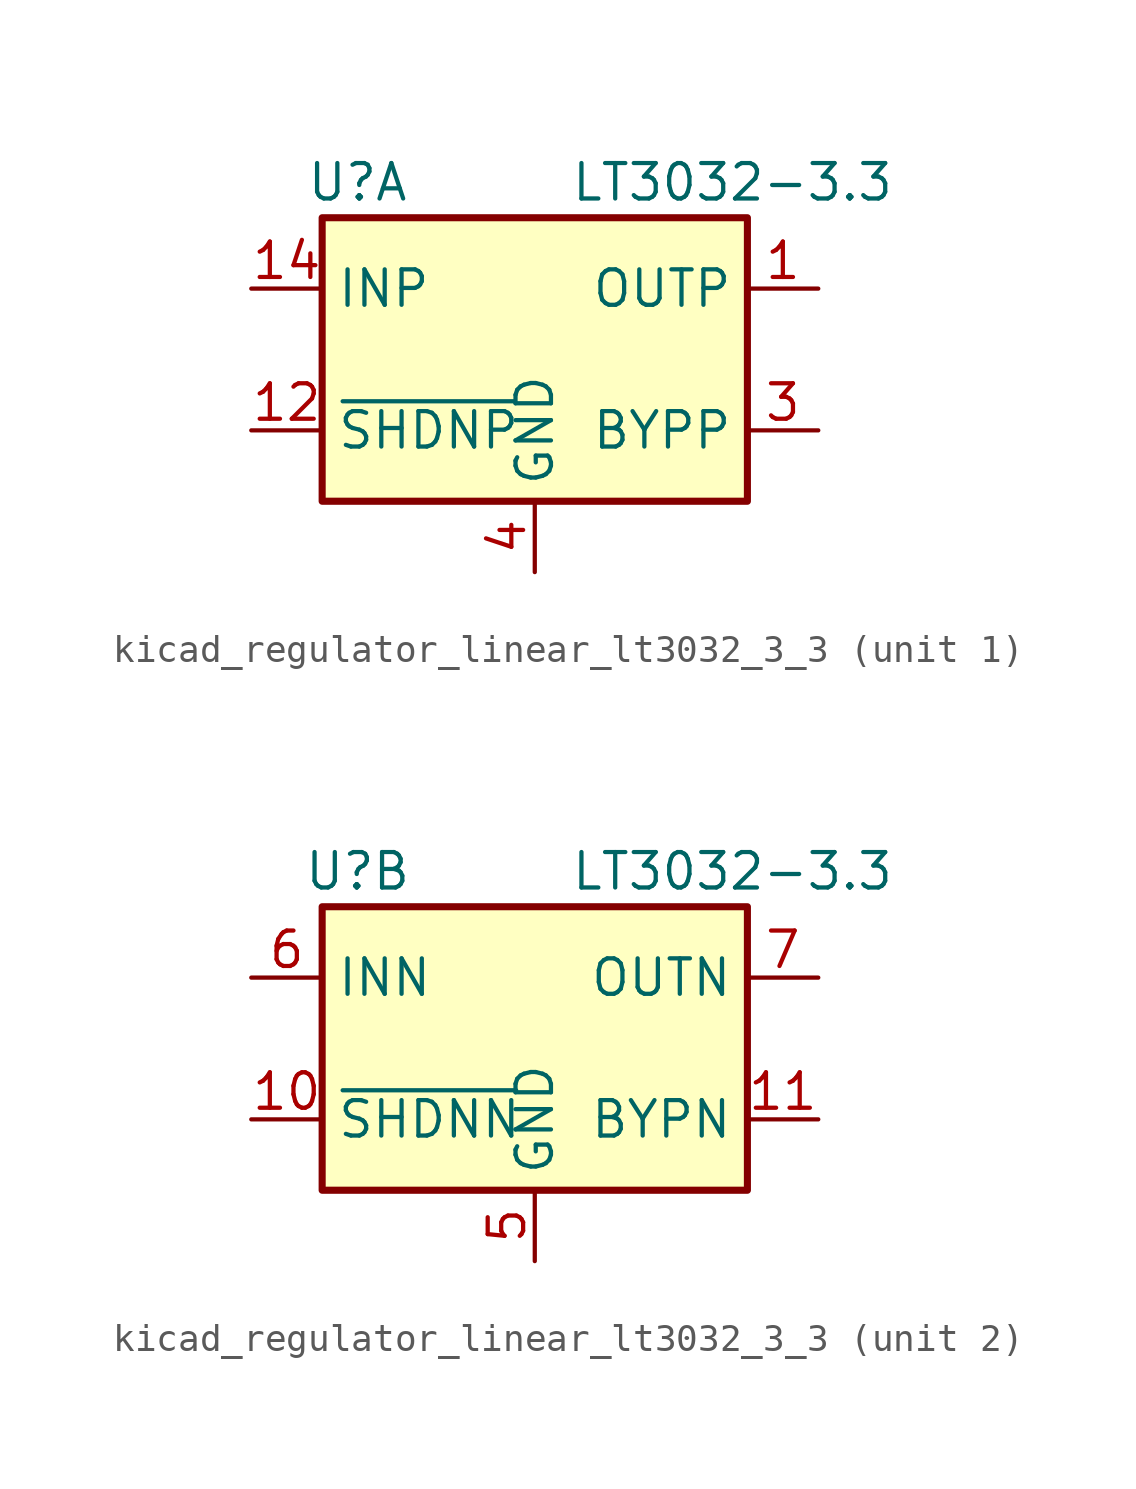
<source format=kicad_sym>
(kicad_symbol_lib
  (version 20220914)
  (generator kicad_symbol_editor)
  (symbol "kicad_regulator_linear_lt3032_3_3"
    (property "Reference" "U"
      (at -6.35 6.35 0)
      (effects (font (size 1.27 1.27))))
    (property "Value" "LT3032-3.3"
      (at 1.27 6.35 0)
      (effects (font (size 1.27 1.27)) (justify left)))
    (property "ki_locked" ""
      (at 0 0 0)
      (effects (font (size 1.27 1.27))))
    (symbol "kicad_regulator_linear_lt3032_3_3_0_1"
      (rectangle (start -7.62 5.08) (end 7.62 -5.08) (stroke (width 0.254) (type default)) (fill (type background))))
    (symbol "kicad_regulator_linear_lt3032_3_3_1_1"
      (pin power_out line (at 10.16 2.54 180) (length 2.54) (name "OUTP" (effects (font (size 1.27 1.27)))) (number "1" (effects (font (size 1.27 1.27)))))
      (pin input line (at -10.16 -2.54 0) (length 2.54) (name "~{SHDNP}" (effects (font (size 1.27 1.27)))) (number "12" (effects (font (size 1.27 1.27)))))
      (pin no_connect line (at 7.62 -5.08 180) (length 2.54) hide (name "NC" (effects (font (size 1.27 1.27)))) (number "13" (effects (font (size 1.27 1.27)))))
      (pin power_in line (at -10.16 2.54 0) (length 2.54) (name "INP" (effects (font (size 1.27 1.27)))) (number "14" (effects (font (size 1.27 1.27)))))
      (pin no_connect line (at 7.62 0 180) (length 2.54) hide (name "NC" (effects (font (size 1.27 1.27)))) (number "2" (effects (font (size 1.27 1.27)))))
      (pin passive line (at 10.16 -2.54 180) (length 2.54) (name "BYPP" (effects (font (size 1.27 1.27)))) (number "3" (effects (font (size 1.27 1.27)))))
      (pin power_in line (at 0 -7.62 90) (length 2.54) (name "GND" (effects (font (size 1.27 1.27)))) (number "4" (effects (font (size 1.27 1.27))))))
    (symbol "kicad_regulator_linear_lt3032_3_3_2_1"
      (pin input line (at -10.16 -2.54 0) (length 2.54) (name "~{SHDNN}" (effects (font (size 1.27 1.27)))) (number "10" (effects (font (size 1.27 1.27)))))
      (pin passive line (at 10.16 -2.54 180) (length 2.54) (name "BYPN" (effects (font (size 1.27 1.27)))) (number "11" (effects (font (size 1.27 1.27)))))
      (pin power_in line (at 0 -7.62 90) (length 2.54) (name "GND" (effects (font (size 1.27 1.27)))) (number "5" (effects (font (size 1.27 1.27)))))
      (pin power_in line (at -10.16 2.54 0) (length 2.54) (name "INN" (effects (font (size 1.27 1.27)))) (number "6" (effects (font (size 1.27 1.27)))))
      (pin power_out line (at 10.16 2.54 180) (length 2.54) (name "OUTN" (effects (font (size 1.27 1.27)))) (number "7" (effects (font (size 1.27 1.27)))))
      (pin no_connect line (at 7.62 0 180) (length 2.54) hide (name "NC" (effects (font (size 1.27 1.27)))) (number "8" (effects (font (size 1.27 1.27)))))
      (pin passive line (at -10.16 2.54 0) (length 2.54) hide (name "INN" (effects (font (size 1.27 1.27)))) (number "9" (effects (font (size 1.27 1.27))))))))
</source>
